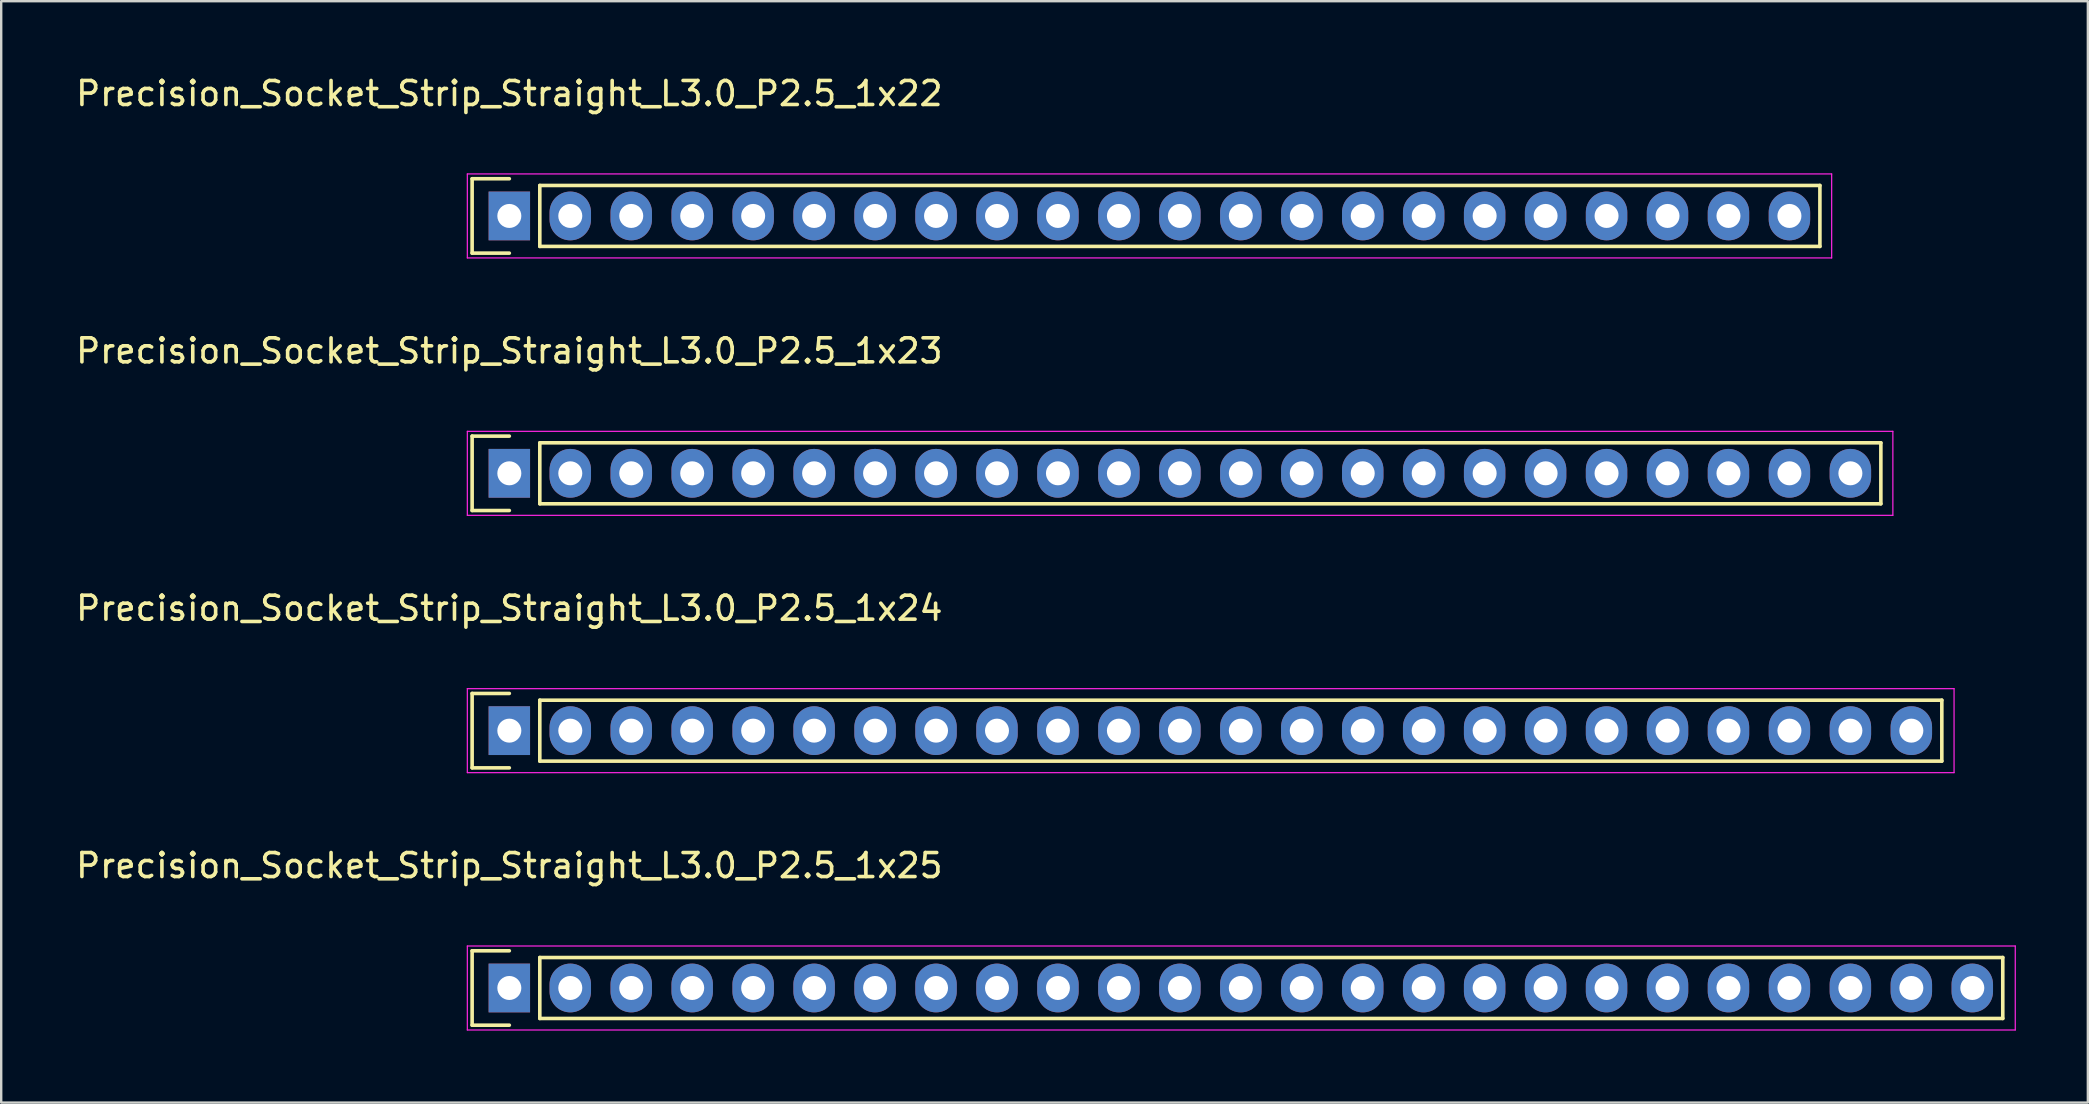
<source format=kicad_pcb>
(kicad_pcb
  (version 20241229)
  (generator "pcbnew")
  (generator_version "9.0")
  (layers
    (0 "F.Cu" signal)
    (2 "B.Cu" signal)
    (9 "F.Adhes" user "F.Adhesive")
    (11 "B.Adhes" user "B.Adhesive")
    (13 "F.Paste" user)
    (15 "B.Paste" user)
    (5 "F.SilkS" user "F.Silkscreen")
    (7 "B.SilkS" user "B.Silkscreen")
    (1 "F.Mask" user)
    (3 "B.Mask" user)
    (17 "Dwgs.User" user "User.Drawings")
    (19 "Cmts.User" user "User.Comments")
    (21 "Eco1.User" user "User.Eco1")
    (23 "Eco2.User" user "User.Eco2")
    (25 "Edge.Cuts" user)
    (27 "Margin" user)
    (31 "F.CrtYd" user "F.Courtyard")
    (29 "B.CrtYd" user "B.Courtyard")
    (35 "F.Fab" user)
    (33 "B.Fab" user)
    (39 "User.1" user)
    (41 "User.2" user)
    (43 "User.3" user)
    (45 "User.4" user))
  (footprint "Precision_Socket_Strip_Straight_L3.0_P2.5_1x25"
    (layer "F.Cu")
    (at 18.173 38.118)
    (property "Reference" "Precision_Socket_Strip_Straight_L3.0_P2.5_1x25" (at 0 -5.1 0) (layer "F.SilkS") (effects (font (size 1 1) (thickness 0.15))))
    (attr through_hole)
    (fp_line (start -1.55 -1.55) (end -1.55 1.55) (stroke (width 0.15) (type solid)) (layer "F.SilkS"))
    (fp_line (start -1.55 1.55) (end 0 1.55) (stroke (width 0.15) (type solid)) (layer "F.SilkS"))
    (fp_line (start 0 -1.55) (end -1.55 -1.55) (stroke (width 0.15) (type solid)) (layer "F.SilkS"))
    (fp_line (start 1.27 -1.27) (end 62.23 -1.27) (stroke (width 0.15) (type solid)) (layer "F.SilkS"))
    (fp_line (start 1.27 1.27) (end 1.27 -1.27) (stroke (width 0.15) (type solid)) (layer "F.SilkS"))
    (fp_line (start 62.23 -1.27) (end 62.23 1.27) (stroke (width 0.15) (type solid)) (layer "F.SilkS"))
    (fp_line (start 62.23 1.27) (end 1.27 1.27) (stroke (width 0.15) (type solid)) (layer "F.SilkS"))
    (fp_line (start -1.75 -1.75) (end -1.75 1.75) (stroke (width 0.05) (type solid)) (layer "F.CrtYd"))
    (fp_line (start -1.75 -1.75) (end 62.75 -1.75) (stroke (width 0.05) (type solid)) (layer "F.CrtYd"))
    (fp_line (start -1.75 1.75) (end 62.75 1.75) (stroke (width 0.05) (type solid)) (layer "F.CrtYd"))
    (fp_line (start 62.75 -1.75) (end 62.75 1.75) (stroke (width 0.05) (type solid)) (layer "F.CrtYd"))
    (pad "1" thru_hole rect (at 0 0) (size 1.727 2.032) (drill 1) (layers "*.Cu" "*.Mask"))
    (pad "2" thru_hole oval (at 2.54 0) (size 1.727 2.032) (drill 1) (layers "*.Cu" "*.Mask"))
    (pad "3" thru_hole oval (at 5.08 0) (size 1.727 2.032) (drill 1) (layers "*.Cu" "*.Mask"))
    (pad "4" thru_hole oval (at 7.62 0) (size 1.727 2.032) (drill 1) (layers "*.Cu" "*.Mask"))
    (pad "5" thru_hole oval (at 10.16 0) (size 1.727 2.032) (drill 1) (layers "*.Cu" "*.Mask"))
    (pad "6" thru_hole oval (at 12.7 0) (size 1.727 2.032) (drill 1) (layers "*.Cu" "*.Mask"))
    (pad "7" thru_hole oval (at 15.24 0) (size 1.727 2.032) (drill 1) (layers "*.Cu" "*.Mask"))
    (pad "8" thru_hole oval (at 17.78 0) (size 1.727 2.032) (drill 1) (layers "*.Cu" "*.Mask"))
    (pad "9" thru_hole oval (at 20.32 0) (size 1.727 2.032) (drill 1) (layers "*.Cu" "*.Mask"))
    (pad "10" thru_hole oval (at 22.86 0) (size 1.727 2.032) (drill 1) (layers "*.Cu" "*.Mask"))
    (pad "11" thru_hole oval (at 25.4 0) (size 1.727 2.032) (drill 1) (layers "*.Cu" "*.Mask"))
    (pad "12" thru_hole oval (at 27.94 0) (size 1.727 2.032) (drill 1) (layers "*.Cu" "*.Mask"))
    (pad "13" thru_hole oval (at 30.48 0) (size 1.727 2.032) (drill 1) (layers "*.Cu" "*.Mask"))
    (pad "14" thru_hole oval (at 33.02 0) (size 1.727 2.032) (drill 1) (layers "*.Cu" "*.Mask"))
    (pad "15" thru_hole oval (at 35.56 0) (size 1.727 2.032) (drill 1) (layers "*.Cu" "*.Mask"))
    (pad "16" thru_hole oval (at 38.1 0) (size 1.727 2.032) (drill 1) (layers "*.Cu" "*.Mask"))
    (pad "17" thru_hole oval (at 40.64 0) (size 1.727 2.032) (drill 1) (layers "*.Cu" "*.Mask"))
    (pad "18" thru_hole oval (at 43.18 0) (size 1.727 2.032) (drill 1) (layers "*.Cu" "*.Mask"))
    (pad "19" thru_hole oval (at 45.72 0) (size 1.727 2.032) (drill 1) (layers "*.Cu" "*.Mask"))
    (pad "20" thru_hole oval (at 48.26 0) (size 1.727 2.032) (drill 1) (layers "*.Cu" "*.Mask"))
    (pad "21" thru_hole oval (at 50.8 0) (size 1.727 2.032) (drill 1) (layers "*.Cu" "*.Mask"))
    (pad "22" thru_hole oval (at 53.34 0) (size 1.727 2.032) (drill 1) (layers "*.Cu" "*.Mask"))
    (pad "23" thru_hole oval (at 55.88 0) (size 1.727 2.032) (drill 1) (layers "*.Cu" "*.Mask"))
    (pad "24" thru_hole oval (at 58.42 0) (size 1.727 2.032) (drill 1) (layers "*.Cu" "*.Mask"))
    (pad "25" thru_hole oval (at 60.96 0) (size 1.727 2.032) (drill 1) (layers "*.Cu" "*.Mask")))
  (footprint "Precision_Socket_Strip_Straight_L3.0_P2.5_1x22"
    (layer "F.Cu")
    (at 18.173 5.948)
    (property "Reference" "Precision_Socket_Strip_Straight_L3.0_P2.5_1x22" (at 0 -5.1 0) (layer "F.SilkS") (effects (font (size 1 1) (thickness 0.15))))
    (attr through_hole)
    (fp_line (start -1.55 -1.55) (end -1.55 1.55) (stroke (width 0.15) (type solid)) (layer "F.SilkS"))
    (fp_line (start -1.55 1.55) (end 0 1.55) (stroke (width 0.15) (type solid)) (layer "F.SilkS"))
    (fp_line (start 0 -1.55) (end -1.55 -1.55) (stroke (width 0.15) (type solid)) (layer "F.SilkS"))
    (fp_line (start 1.27 -1.27) (end 54.61 -1.27) (stroke (width 0.15) (type solid)) (layer "F.SilkS"))
    (fp_line (start 1.27 1.27) (end 1.27 -1.27) (stroke (width 0.15) (type solid)) (layer "F.SilkS"))
    (fp_line (start 54.61 -1.27) (end 54.61 1.27) (stroke (width 0.15) (type solid)) (layer "F.SilkS"))
    (fp_line (start 54.61 1.27) (end 1.27 1.27) (stroke (width 0.15) (type solid)) (layer "F.SilkS"))
    (fp_line (start -1.75 -1.75) (end -1.75 1.75) (stroke (width 0.05) (type solid)) (layer "F.CrtYd"))
    (fp_line (start -1.75 -1.75) (end 55.1 -1.75) (stroke (width 0.05) (type solid)) (layer "F.CrtYd"))
    (fp_line (start -1.75 1.75) (end 55.1 1.75) (stroke (width 0.05) (type solid)) (layer "F.CrtYd"))
    (fp_line (start 55.1 -1.75) (end 55.1 1.75) (stroke (width 0.05) (type solid)) (layer "F.CrtYd"))
    (pad "1" thru_hole rect (at 0 0) (size 1.727 2.032) (drill 1) (layers "*.Cu" "*.Mask"))
    (pad "2" thru_hole oval (at 2.54 0) (size 1.727 2.032) (drill 1) (layers "*.Cu" "*.Mask"))
    (pad "3" thru_hole oval (at 5.08 0) (size 1.727 2.032) (drill 1) (layers "*.Cu" "*.Mask"))
    (pad "4" thru_hole oval (at 7.62 0) (size 1.727 2.032) (drill 1) (layers "*.Cu" "*.Mask"))
    (pad "5" thru_hole oval (at 10.16 0) (size 1.727 2.032) (drill 1) (layers "*.Cu" "*.Mask"))
    (pad "6" thru_hole oval (at 12.7 0) (size 1.727 2.032) (drill 1) (layers "*.Cu" "*.Mask"))
    (pad "7" thru_hole oval (at 15.24 0) (size 1.727 2.032) (drill 1) (layers "*.Cu" "*.Mask"))
    (pad "8" thru_hole oval (at 17.78 0) (size 1.727 2.032) (drill 1) (layers "*.Cu" "*.Mask"))
    (pad "9" thru_hole oval (at 20.32 0) (size 1.727 2.032) (drill 1) (layers "*.Cu" "*.Mask"))
    (pad "10" thru_hole oval (at 22.86 0) (size 1.727 2.032) (drill 1) (layers "*.Cu" "*.Mask"))
    (pad "11" thru_hole oval (at 25.4 0) (size 1.727 2.032) (drill 1) (layers "*.Cu" "*.Mask"))
    (pad "12" thru_hole oval (at 27.94 0) (size 1.727 2.032) (drill 1) (layers "*.Cu" "*.Mask"))
    (pad "13" thru_hole oval (at 30.48 0) (size 1.727 2.032) (drill 1) (layers "*.Cu" "*.Mask"))
    (pad "14" thru_hole oval (at 33.02 0) (size 1.727 2.032) (drill 1) (layers "*.Cu" "*.Mask"))
    (pad "15" thru_hole oval (at 35.56 0) (size 1.727 2.032) (drill 1) (layers "*.Cu" "*.Mask"))
    (pad "16" thru_hole oval (at 38.1 0) (size 1.727 2.032) (drill 1) (layers "*.Cu" "*.Mask"))
    (pad "17" thru_hole oval (at 40.64 0) (size 1.727 2.032) (drill 1) (layers "*.Cu" "*.Mask"))
    (pad "18" thru_hole oval (at 43.18 0) (size 1.727 2.032) (drill 1) (layers "*.Cu" "*.Mask"))
    (pad "19" thru_hole oval (at 45.72 0) (size 1.727 2.032) (drill 1) (layers "*.Cu" "*.Mask"))
    (pad "20" thru_hole oval (at 48.26 0) (size 1.727 2.032) (drill 1) (layers "*.Cu" "*.Mask"))
    (pad "21" thru_hole oval (at 50.8 0) (size 1.727 2.032) (drill 1) (layers "*.Cu" "*.Mask"))
    (pad "22" thru_hole oval (at 53.34 0) (size 1.727 2.032) (drill 1) (layers "*.Cu" "*.Mask")))
  (footprint "Precision_Socket_Strip_Straight_L3.0_P2.5_1x23"
    (layer "F.Cu")
    (at 18.173 16.672)
    (property "Reference" "Precision_Socket_Strip_Straight_L3.0_P2.5_1x23" (at 0 -5.1 0) (layer "F.SilkS") (effects (font (size 1 1) (thickness 0.15))))
    (attr through_hole)
    (fp_line (start -1.55 -1.55) (end -1.55 1.55) (stroke (width 0.15) (type solid)) (layer "F.SilkS"))
    (fp_line (start -1.55 1.55) (end 0 1.55) (stroke (width 0.15) (type solid)) (layer "F.SilkS"))
    (fp_line (start 0 -1.55) (end -1.55 -1.55) (stroke (width 0.15) (type solid)) (layer "F.SilkS"))
    (fp_line (start 1.27 -1.27) (end 57.15 -1.27) (stroke (width 0.15) (type solid)) (layer "F.SilkS"))
    (fp_line (start 1.27 1.27) (end 1.27 -1.27) (stroke (width 0.15) (type solid)) (layer "F.SilkS"))
    (fp_line (start 57.15 -1.27) (end 57.15 1.27) (stroke (width 0.15) (type solid)) (layer "F.SilkS"))
    (fp_line (start 57.15 1.27) (end 1.27 1.27) (stroke (width 0.15) (type solid)) (layer "F.SilkS"))
    (fp_line (start -1.75 -1.75) (end -1.75 1.75) (stroke (width 0.05) (type solid)) (layer "F.CrtYd"))
    (fp_line (start -1.75 -1.75) (end 57.65 -1.75) (stroke (width 0.05) (type solid)) (layer "F.CrtYd"))
    (fp_line (start -1.75 1.75) (end 57.65 1.75) (stroke (width 0.05) (type solid)) (layer "F.CrtYd"))
    (fp_line (start 57.65 -1.75) (end 57.65 1.75) (stroke (width 0.05) (type solid)) (layer "F.CrtYd"))
    (pad "1" thru_hole rect (at 0 0) (size 1.727 2.032) (drill 1) (layers "*.Cu" "*.Mask"))
    (pad "2" thru_hole oval (at 2.54 0) (size 1.727 2.032) (drill 1) (layers "*.Cu" "*.Mask"))
    (pad "3" thru_hole oval (at 5.08 0) (size 1.727 2.032) (drill 1) (layers "*.Cu" "*.Mask"))
    (pad "4" thru_hole oval (at 7.62 0) (size 1.727 2.032) (drill 1) (layers "*.Cu" "*.Mask"))
    (pad "5" thru_hole oval (at 10.16 0) (size 1.727 2.032) (drill 1) (layers "*.Cu" "*.Mask"))
    (pad "6" thru_hole oval (at 12.7 0) (size 1.727 2.032) (drill 1) (layers "*.Cu" "*.Mask"))
    (pad "7" thru_hole oval (at 15.24 0) (size 1.727 2.032) (drill 1) (layers "*.Cu" "*.Mask"))
    (pad "8" thru_hole oval (at 17.78 0) (size 1.727 2.032) (drill 1) (layers "*.Cu" "*.Mask"))
    (pad "9" thru_hole oval (at 20.32 0) (size 1.727 2.032) (drill 1) (layers "*.Cu" "*.Mask"))
    (pad "10" thru_hole oval (at 22.86 0) (size 1.727 2.032) (drill 1) (layers "*.Cu" "*.Mask"))
    (pad "11" thru_hole oval (at 25.4 0) (size 1.727 2.032) (drill 1) (layers "*.Cu" "*.Mask"))
    (pad "12" thru_hole oval (at 27.94 0) (size 1.727 2.032) (drill 1) (layers "*.Cu" "*.Mask"))
    (pad "13" thru_hole oval (at 30.48 0) (size 1.727 2.032) (drill 1) (layers "*.Cu" "*.Mask"))
    (pad "14" thru_hole oval (at 33.02 0) (size 1.727 2.032) (drill 1) (layers "*.Cu" "*.Mask"))
    (pad "15" thru_hole oval (at 35.56 0) (size 1.727 2.032) (drill 1) (layers "*.Cu" "*.Mask"))
    (pad "16" thru_hole oval (at 38.1 0) (size 1.727 2.032) (drill 1) (layers "*.Cu" "*.Mask"))
    (pad "17" thru_hole oval (at 40.64 0) (size 1.727 2.032) (drill 1) (layers "*.Cu" "*.Mask"))
    (pad "18" thru_hole oval (at 43.18 0) (size 1.727 2.032) (drill 1) (layers "*.Cu" "*.Mask"))
    (pad "19" thru_hole oval (at 45.72 0) (size 1.727 2.032) (drill 1) (layers "*.Cu" "*.Mask"))
    (pad "20" thru_hole oval (at 48.26 0) (size 1.727 2.032) (drill 1) (layers "*.Cu" "*.Mask"))
    (pad "21" thru_hole oval (at 50.8 0) (size 1.727 2.032) (drill 1) (layers "*.Cu" "*.Mask"))
    (pad "22" thru_hole oval (at 53.34 0) (size 1.727 2.032) (drill 1) (layers "*.Cu" "*.Mask"))
    (pad "23" thru_hole oval (at 55.88 0) (size 1.727 2.032) (drill 1) (layers "*.Cu" "*.Mask")))
  (footprint "Precision_Socket_Strip_Straight_L3.0_P2.5_1x24"
    (layer "F.Cu")
    (at 18.173 27.395)
    (property "Reference" "Precision_Socket_Strip_Straight_L3.0_P2.5_1x24" (at 0 -5.1 0) (layer "F.SilkS") (effects (font (size 1 1) (thickness 0.15))))
    (attr through_hole)
    (fp_line (start -1.55 -1.55) (end -1.55 1.55) (stroke (width 0.15) (type solid)) (layer "F.SilkS"))
    (fp_line (start -1.55 1.55) (end 0 1.55) (stroke (width 0.15) (type solid)) (layer "F.SilkS"))
    (fp_line (start 0 -1.55) (end -1.55 -1.55) (stroke (width 0.15) (type solid)) (layer "F.SilkS"))
    (fp_line (start 1.27 -1.27) (end 59.69 -1.27) (stroke (width 0.15) (type solid)) (layer "F.SilkS"))
    (fp_line (start 1.27 1.27) (end 1.27 -1.27) (stroke (width 0.15) (type solid)) (layer "F.SilkS"))
    (fp_line (start 1.27 1.27) (end 59.69 1.27) (stroke (width 0.15) (type solid)) (layer "F.SilkS"))
    (fp_line (start 59.69 -1.27) (end 59.69 1.27) (stroke (width 0.15) (type solid)) (layer "F.SilkS"))
    (fp_line (start -1.75 -1.75) (end -1.75 1.75) (stroke (width 0.05) (type solid)) (layer "F.CrtYd"))
    (fp_line (start -1.75 -1.75) (end 60.2 -1.75) (stroke (width 0.05) (type solid)) (layer "F.CrtYd"))
    (fp_line (start -1.75 1.75) (end 60.2 1.75) (stroke (width 0.05) (type solid)) (layer "F.CrtYd"))
    (fp_line (start 60.2 -1.75) (end 60.2 1.75) (stroke (width 0.05) (type solid)) (layer "F.CrtYd"))
    (pad "1" thru_hole rect (at 0 0) (size 1.727 2.032) (drill 1) (layers "*.Cu" "*.Mask"))
    (pad "2" thru_hole oval (at 2.54 0) (size 1.727 2.032) (drill 1) (layers "*.Cu" "*.Mask"))
    (pad "3" thru_hole oval (at 5.08 0) (size 1.727 2.032) (drill 1) (layers "*.Cu" "*.Mask"))
    (pad "4" thru_hole oval (at 7.62 0) (size 1.727 2.032) (drill 1) (layers "*.Cu" "*.Mask"))
    (pad "5" thru_hole oval (at 10.16 0) (size 1.727 2.032) (drill 1) (layers "*.Cu" "*.Mask"))
    (pad "6" thru_hole oval (at 12.7 0) (size 1.727 2.032) (drill 1) (layers "*.Cu" "*.Mask"))
    (pad "7" thru_hole oval (at 15.24 0) (size 1.727 2.032) (drill 1) (layers "*.Cu" "*.Mask"))
    (pad "8" thru_hole oval (at 17.78 0) (size 1.727 2.032) (drill 1) (layers "*.Cu" "*.Mask"))
    (pad "9" thru_hole oval (at 20.32 0) (size 1.727 2.032) (drill 1) (layers "*.Cu" "*.Mask"))
    (pad "10" thru_hole oval (at 22.86 0) (size 1.727 2.032) (drill 1) (layers "*.Cu" "*.Mask"))
    (pad "11" thru_hole oval (at 25.4 0) (size 1.727 2.032) (drill 1) (layers "*.Cu" "*.Mask"))
    (pad "12" thru_hole oval (at 27.94 0) (size 1.727 2.032) (drill 1) (layers "*.Cu" "*.Mask"))
    (pad "13" thru_hole oval (at 30.48 0) (size 1.727 2.032) (drill 1) (layers "*.Cu" "*.Mask"))
    (pad "14" thru_hole oval (at 33.02 0) (size 1.727 2.032) (drill 1) (layers "*.Cu" "*.Mask"))
    (pad "15" thru_hole oval (at 35.56 0) (size 1.727 2.032) (drill 1) (layers "*.Cu" "*.Mask"))
    (pad "16" thru_hole oval (at 38.1 0) (size 1.727 2.032) (drill 1) (layers "*.Cu" "*.Mask"))
    (pad "17" thru_hole oval (at 40.64 0) (size 1.727 2.032) (drill 1) (layers "*.Cu" "*.Mask"))
    (pad "18" thru_hole oval (at 43.18 0) (size 1.727 2.032) (drill 1) (layers "*.Cu" "*.Mask"))
    (pad "19" thru_hole oval (at 45.72 0) (size 1.727 2.032) (drill 1) (layers "*.Cu" "*.Mask"))
    (pad "20" thru_hole oval (at 48.26 0) (size 1.727 2.032) (drill 1) (layers "*.Cu" "*.Mask"))
    (pad "21" thru_hole oval (at 50.8 0) (size 1.727 2.032) (drill 1) (layers "*.Cu" "*.Mask"))
    (pad "22" thru_hole oval (at 53.34 0) (size 1.727 2.032) (drill 1) (layers "*.Cu" "*.Mask"))
    (pad "23" thru_hole oval (at 55.88 0) (size 1.727 2.032) (drill 1) (layers "*.Cu" "*.Mask"))
    (pad "24" thru_hole oval (at 58.42 0) (size 1.727 2.032) (drill 1) (layers "*.Cu" "*.Mask")))
  (gr_rect
    (start -3 -3)
    (end 83.948 42.893)
    (stroke (width 0.1) (type default))
    (fill no)
    (layer "Edge.Cuts")))
</source>
